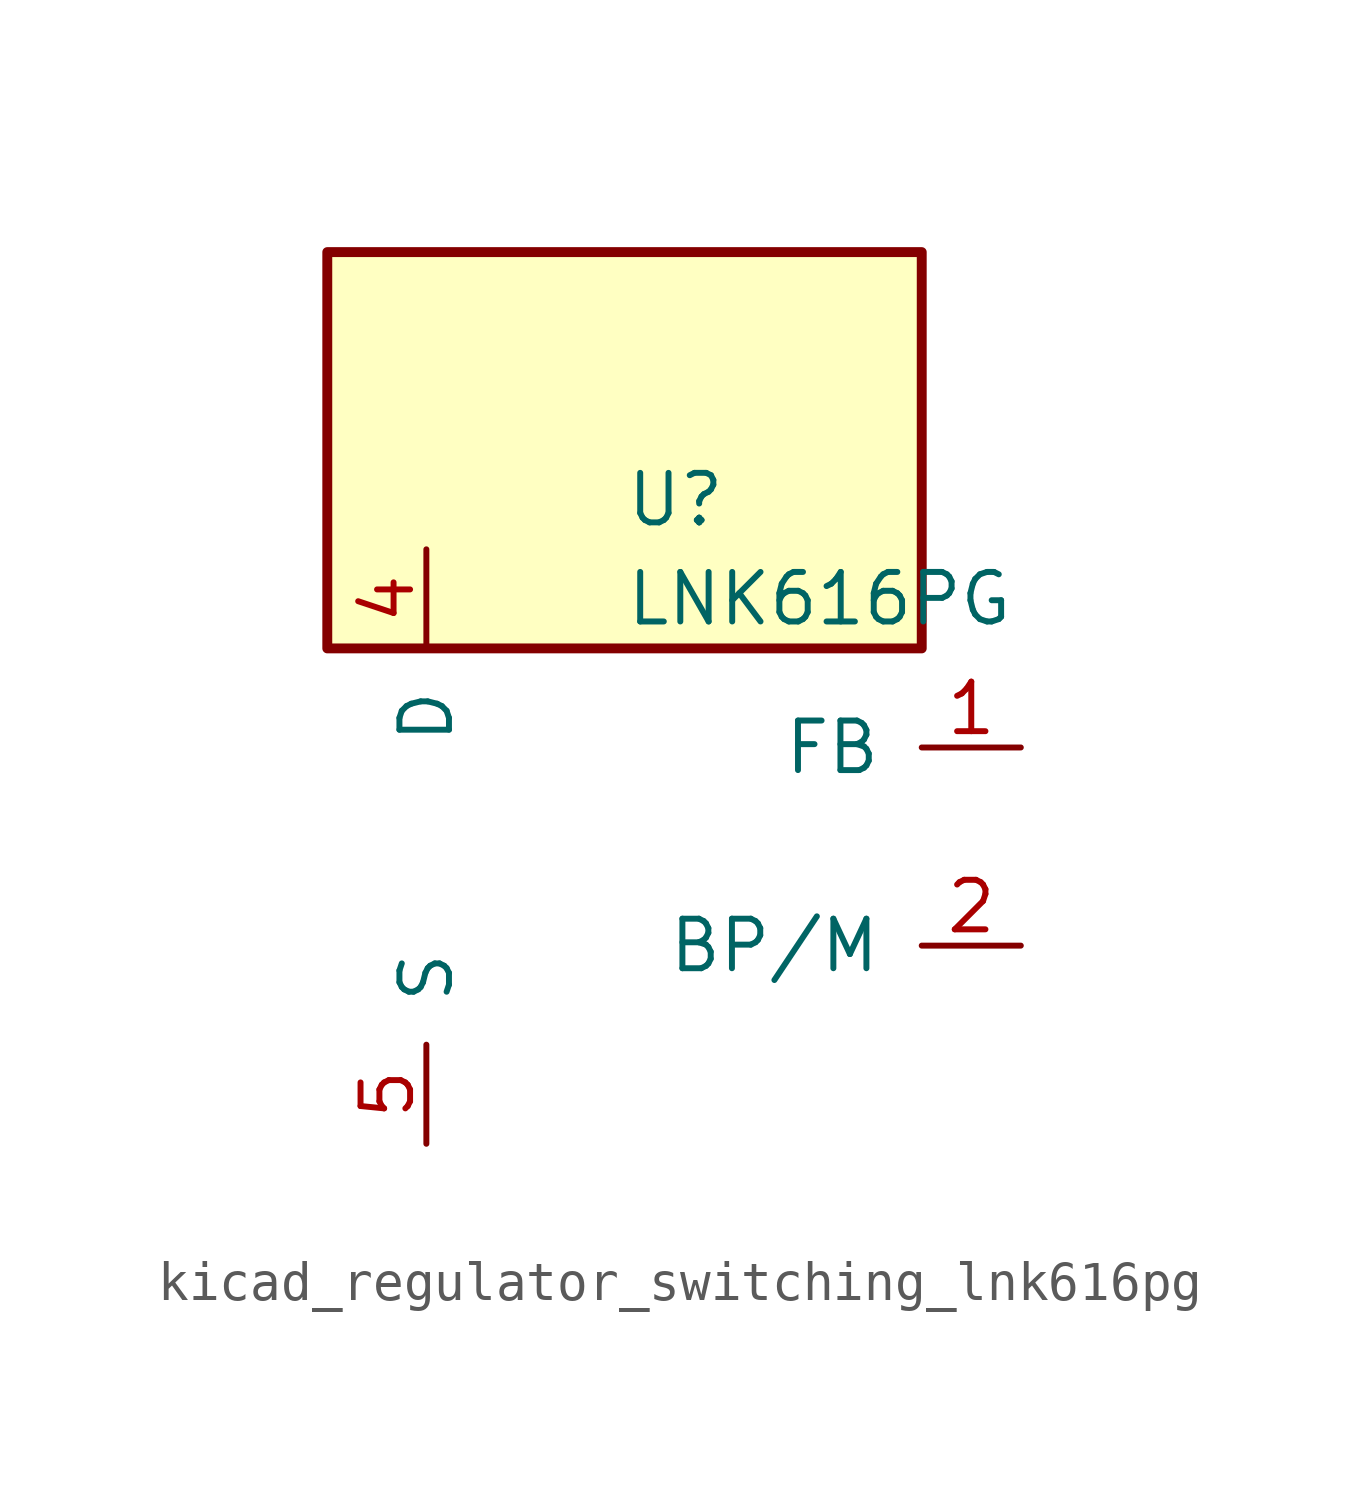
<source format=kicad_sym>
(kicad_symbol_lib
  (version 20220914)
  (generator kicad_symbol_editor)
  (symbol "kicad_regulator_switching_lnk616pg"
    (pin_names
      (offset 1.016))
    (property "Reference" "U"
      (at 0 8.89 0)
      (effects (font (size 1.27 1.27)) (justify left)))
    (property "Value" "LNK616PG"
      (at 0 6.35 0)
      (effects (font (size 1.27 1.27)) (justify left)))
    (symbol "kicad_regulator_switching_lnk616pg_0_1"
      (rectangle (start 7.62 15.24) (end -7.62 5.08) (stroke (width 0.254) (type default)) (fill (type background))))
    (symbol "kicad_regulator_switching_lnk616pg_1_1"
      (pin input line (at 10.16 2.54 180) (length 2.54) (name "FB" (effects (font (size 1.27 1.27)))) (number "1" (effects (font (size 1.27 1.27)))))
      (pin input line (at 10.16 -2.54 180) (length 2.54) (name "BP/M" (effects (font (size 1.27 1.27)))) (number "2" (effects (font (size 1.27 1.27)))))
      (pin open_collector line (at -5.08 7.62 270) (length 2.54) (name "D" (effects (font (size 1.27 1.27)))) (number "4" (effects (font (size 1.27 1.27)))))
      (pin power_in line (at -5.08 -7.62 90) (length 2.54) (name "S" (effects (font (size 1.27 1.27)))) (number "5" (effects (font (size 1.27 1.27)))))
      (pin passive line (at -5.08 -7.62 90) (length 2.54) hide (name "S" (effects (font (size 1.27 1.27)))) (number "6" (effects (font (size 1.27 1.27)))))
      (pin passive line (at -5.08 -7.62 90) (length 2.54) hide (name "S" (effects (font (size 1.27 1.27)))) (number "7" (effects (font (size 1.27 1.27)))))
      (pin passive line (at -5.08 -7.62 90) (length 2.54) hide (name "S" (effects (font (size 1.27 1.27)))) (number "8" (effects (font (size 1.27 1.27))))))))
</source>
